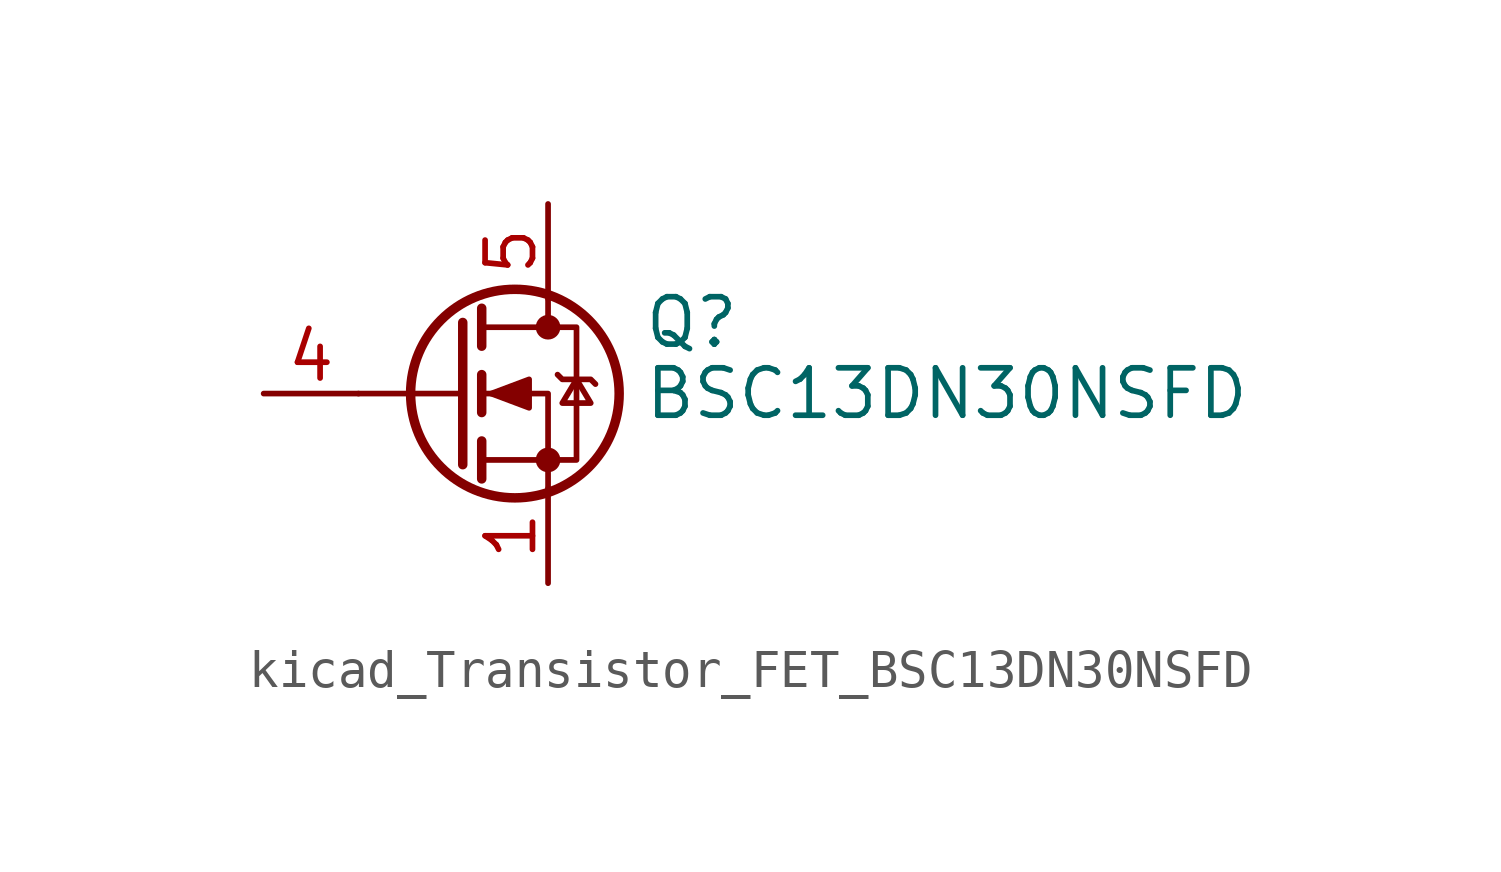
<source format=kicad_sym>
(kicad_symbol_lib
  (version 20220914)
  (generator kicad_symbol_editor)
  (symbol "kicad_Transistor_FET_BSC13DN30NSFD"
    (pin_names hide)
    (property "Reference" "Q"
      (at 5.08 1.905 0)
      (effects (font (size 1.27 1.27)) (justify left)))
    (property "Value" "BSC13DN30NSFD"
      (at 5.08 0 0)
      (effects (font (size 1.27 1.27)) (justify left)))
    (symbol "kicad_Transistor_FET_BSC13DN30NSFD_0_1"
      (polyline (pts (xy 0.254 0) (xy -2.54 0)) (stroke (width 0) (type default)) (fill (type none)))
      (polyline (pts (xy 0.254 1.905) (xy 0.254 -1.905)) (stroke (width 0.254) (type default)) (fill (type none)))
      (polyline (pts (xy 0.762 -1.27) (xy 0.762 -2.286)) (stroke (width 0.254) (type default)) (fill (type none)))
      (polyline (pts (xy 0.762 0.508) (xy 0.762 -0.508)) (stroke (width 0.254) (type default)) (fill (type none)))
      (polyline (pts (xy 0.762 2.286) (xy 0.762 1.27)) (stroke (width 0.254) (type default)) (fill (type none)))
      (polyline (pts (xy 2.54 2.54) (xy 2.54 1.778)) (stroke (width 0) (type default)) (fill (type none)))
      (polyline (pts (xy 2.54 -2.54) (xy 2.54 0) (xy 0.762 0)) (stroke (width 0) (type default)) (fill (type none)))
      (polyline (pts (xy 0.762 -1.778) (xy 3.302 -1.778) (xy 3.302 1.778) (xy 0.762 1.778)) (stroke (width 0) (type default)) (fill (type none)))
      (polyline (pts (xy 1.016 0) (xy 2.032 0.381) (xy 2.032 -0.381) (xy 1.016 0)) (stroke (width 0) (type default)) (fill (type outline)))
      (polyline (pts (xy 2.794 0.508) (xy 2.921 0.381) (xy 3.683 0.381) (xy 3.81 0.254)) (stroke (width 0) (type default)) (fill (type none)))
      (polyline (pts (xy 3.302 0.381) (xy 2.921 -0.254) (xy 3.683 -0.254) (xy 3.302 0.381)) (stroke (width 0) (type default)) (fill (type none)))
      (circle (center 1.651 0) (radius 2.794) (stroke (width 0.254) (type default)) (fill (type none)))
      (circle (center 2.54 -1.778) (radius 0.254) (stroke (width 0) (type default)) (fill (type outline)))
      (circle (center 2.54 1.778) (radius 0.254) (stroke (width 0) (type default)) (fill (type outline))))
    (symbol "kicad_Transistor_FET_BSC13DN30NSFD_1_1"
      (pin passive line (at 2.54 -5.08 90) (length 2.54) (name "S" (effects (font (size 1.27 1.27)))) (number "1" (effects (font (size 1.27 1.27)))))
      (pin passive line (at 2.54 -5.08 90) (length 2.54) hide (name "S" (effects (font (size 1.27 1.27)))) (number "2" (effects (font (size 1.27 1.27)))))
      (pin passive line (at 2.54 -5.08 90) (length 2.54) hide (name "S" (effects (font (size 1.27 1.27)))) (number "3" (effects (font (size 1.27 1.27)))))
      (pin passive line (at -5.08 0 0) (length 2.54) (name "G" (effects (font (size 1.27 1.27)))) (number "4" (effects (font (size 1.27 1.27)))))
      (pin passive line (at 2.54 5.08 270) (length 2.54) (name "D" (effects (font (size 1.27 1.27)))) (number "5" (effects (font (size 1.27 1.27))))))))
</source>
